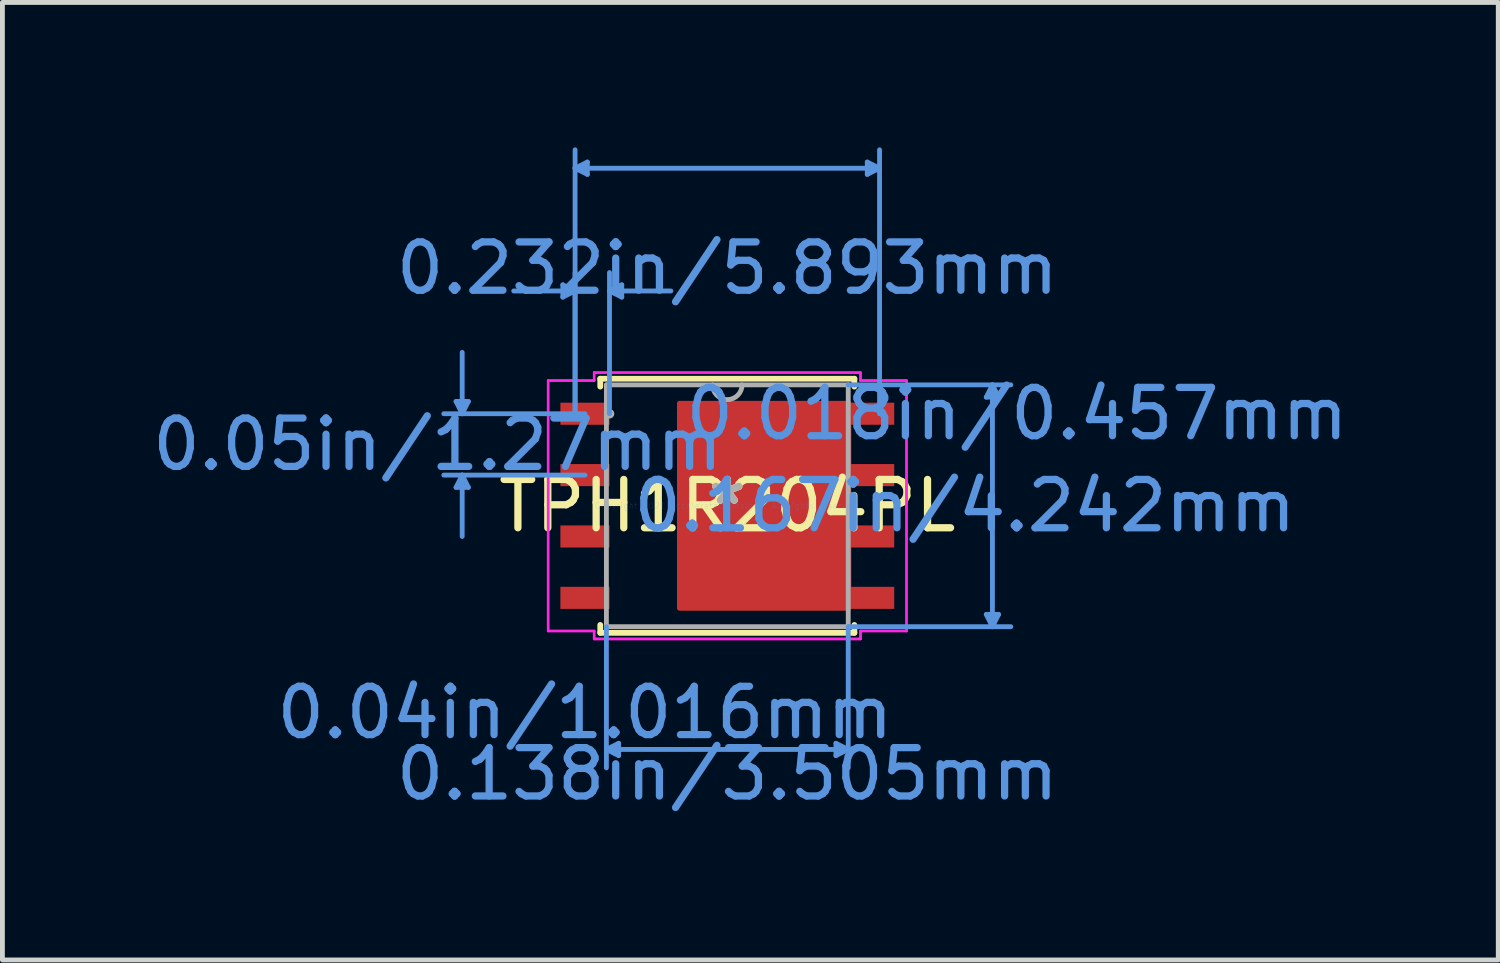
<source format=kicad_pcb>
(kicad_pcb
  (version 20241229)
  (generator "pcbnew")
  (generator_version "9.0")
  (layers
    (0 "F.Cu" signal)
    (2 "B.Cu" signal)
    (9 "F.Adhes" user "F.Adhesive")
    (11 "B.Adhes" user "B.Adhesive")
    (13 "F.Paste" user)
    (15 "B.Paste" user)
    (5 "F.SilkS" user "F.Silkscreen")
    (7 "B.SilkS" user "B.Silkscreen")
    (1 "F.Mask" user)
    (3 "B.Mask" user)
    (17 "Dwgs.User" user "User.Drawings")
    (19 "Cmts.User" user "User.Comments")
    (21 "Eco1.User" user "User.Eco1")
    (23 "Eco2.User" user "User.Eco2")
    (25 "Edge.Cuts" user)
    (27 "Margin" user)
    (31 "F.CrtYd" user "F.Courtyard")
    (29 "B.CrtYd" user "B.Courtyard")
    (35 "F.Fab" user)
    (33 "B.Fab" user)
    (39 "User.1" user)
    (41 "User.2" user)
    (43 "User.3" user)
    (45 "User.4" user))
  (footprint "TPH1R204PL"
    (layer "F.Cu")
    (at 12 7.416)
    (property "Reference" "TPH1R204PL" (at 0 0 0) (layer "F.SilkS") (effects (font (size 1 1) (thickness 0.15))))
    (attr through_hole)
    (fp_poly (pts (xy 2.515 -2.121) (xy 2.515 2.121) (xy -0.991 2.121) (xy -0.991 -2.121)) (stroke (width 0.1) (type solid)) (fill yes) (layer "F.Cu"))
    (fp_line (start -2.629 -2.629) (end -2.629 -2.466) (stroke (width 0.12) (type solid)) (layer "F.SilkS"))
    (fp_line (start -2.629 2.466) (end -2.629 2.629) (stroke (width 0.12) (type solid)) (layer "F.SilkS"))
    (fp_line (start -2.629 2.629) (end 2.629 2.629) (stroke (width 0.12) (type solid)) (layer "F.SilkS"))
    (fp_line (start 2.629 -2.629) (end -2.629 -2.629) (stroke (width 0.12) (type solid)) (layer "F.SilkS"))
    (fp_line (start 2.629 -2.466) (end 2.629 -2.629) (stroke (width 0.12) (type solid)) (layer "F.SilkS"))
    (fp_line (start 2.629 2.629) (end 2.629 2.466) (stroke (width 0.12) (type solid)) (layer "F.SilkS"))
    (fp_poly (pts (xy -0.941 -1.856) (xy -0.941 -0.752) (xy 0.662 -0.752) (xy 0.662 -1.856)) (stroke (width 0.1) (type solid)) (fill yes) (layer "F.Paste"))
    (fp_poly (pts (xy -0.941 -0.552) (xy -0.941 0.552) (xy 0.662 0.552) (xy 0.662 -0.552)) (stroke (width 0.1) (type solid)) (fill yes) (layer "F.Paste"))
    (fp_poly (pts (xy -0.941 0.752) (xy -0.941 1.856) (xy 0.662 1.856) (xy 0.662 0.752)) (stroke (width 0.1) (type solid)) (fill yes) (layer "F.Paste"))
    (fp_poly (pts (xy 0.862 -1.856) (xy 0.862 -0.752) (xy 2.465 -0.752) (xy 2.465 -1.856)) (stroke (width 0.1) (type solid)) (fill yes) (layer "F.Paste"))
    (fp_poly (pts (xy 0.862 -0.552) (xy 0.862 0.552) (xy 2.465 0.552) (xy 2.465 -0.552)) (stroke (width 0.1) (type solid)) (fill yes) (layer "F.Paste"))
    (fp_poly (pts (xy 0.862 0.752) (xy 0.862 1.856) (xy 2.465 1.856) (xy 2.465 0.752)) (stroke (width 0.1) (type solid)) (fill yes) (layer "F.Paste"))
    (fp_line (start -5.613 -2.159) (end -5.359 -2.159) (stroke (width 0.1) (type solid)) (layer "Cmts.User"))
    (fp_line (start -5.613 -0.381) (end -5.359 -0.381) (stroke (width 0.1) (type solid)) (layer "Cmts.User"))
    (fp_line (start -5.486 -1.905) (end -5.613 -2.159) (stroke (width 0.1) (type solid)) (layer "Cmts.User"))
    (fp_line (start -5.486 -1.905) (end -5.486 -3.175) (stroke (width 0.1) (type solid)) (layer "Cmts.User"))
    (fp_line (start -5.486 -1.905) (end -5.359 -2.159) (stroke (width 0.1) (type solid)) (layer "Cmts.User"))
    (fp_line (start -5.486 -0.635) (end -5.613 -0.381) (stroke (width 0.1) (type solid)) (layer "Cmts.User"))
    (fp_line (start -5.486 -0.635) (end -5.486 0.635) (stroke (width 0.1) (type solid)) (layer "Cmts.User"))
    (fp_line (start -5.486 -0.635) (end -5.359 -0.381) (stroke (width 0.1) (type solid)) (layer "Cmts.User"))
    (fp_line (start -3.404 -4.572) (end -3.404 -4.318) (stroke (width 0.1) (type solid)) (layer "Cmts.User"))
    (fp_line (start -3.15 -6.985) (end -2.896 -7.112) (stroke (width 0.1) (type solid)) (layer "Cmts.User"))
    (fp_line (start -3.15 -6.985) (end -2.896 -6.858) (stroke (width 0.1) (type solid)) (layer "Cmts.User"))
    (fp_line (start -3.15 -6.985) (end 3.15 -6.985) (stroke (width 0.1) (type solid)) (layer "Cmts.User"))
    (fp_line (start -3.15 -4.445) (end -4.42 -4.445) (stroke (width 0.1) (type solid)) (layer "Cmts.User"))
    (fp_line (start -3.15 -4.445) (end -3.404 -4.572) (stroke (width 0.1) (type solid)) (layer "Cmts.User"))
    (fp_line (start -3.15 -4.445) (end -3.404 -4.318) (stroke (width 0.1) (type solid)) (layer "Cmts.User"))
    (fp_line (start -3.15 -1.905) (end -3.15 -7.366) (stroke (width 0.1) (type solid)) (layer "Cmts.User"))
    (fp_line (start -3.15 -1.905) (end -3.15 -4.826) (stroke (width 0.1) (type solid)) (layer "Cmts.User"))
    (fp_line (start -2.946 -1.905) (end -5.867 -1.905) (stroke (width 0.1) (type solid)) (layer "Cmts.User"))
    (fp_line (start -2.946 -0.635) (end -5.867 -0.635) (stroke (width 0.1) (type solid)) (layer "Cmts.User"))
    (fp_line (start -2.896 -7.112) (end -2.896 -6.858) (stroke (width 0.1) (type solid)) (layer "Cmts.User"))
    (fp_line (start -2.502 2.502) (end -2.502 5.423) (stroke (width 0.1) (type solid)) (layer "Cmts.User"))
    (fp_line (start -2.502 5.042) (end -2.248 4.915) (stroke (width 0.1) (type solid)) (layer "Cmts.User"))
    (fp_line (start -2.502 5.042) (end -2.248 5.169) (stroke (width 0.1) (type solid)) (layer "Cmts.User"))
    (fp_line (start -2.502 5.042) (end 2.502 5.042) (stroke (width 0.1) (type solid)) (layer "Cmts.User"))
    (fp_line (start -2.438 -4.445) (end -2.184 -4.572) (stroke (width 0.1) (type solid)) (layer "Cmts.User"))
    (fp_line (start -2.438 -4.445) (end -2.184 -4.318) (stroke (width 0.1) (type solid)) (layer "Cmts.User"))
    (fp_line (start -2.438 -4.445) (end -1.168 -4.445) (stroke (width 0.1) (type solid)) (layer "Cmts.User"))
    (fp_line (start -2.438 -1.905) (end -2.438 -4.826) (stroke (width 0.1) (type solid)) (layer "Cmts.User"))
    (fp_line (start -2.248 4.915) (end -2.248 5.169) (stroke (width 0.1) (type solid)) (layer "Cmts.User"))
    (fp_line (start -2.184 -4.572) (end -2.184 -4.318) (stroke (width 0.1) (type solid)) (layer "Cmts.User"))
    (fp_line (start 2.248 4.915) (end 2.248 5.169) (stroke (width 0.1) (type solid)) (layer "Cmts.User"))
    (fp_line (start 2.502 -2.502) (end 5.867 -2.502) (stroke (width 0.1) (type solid)) (layer "Cmts.User"))
    (fp_line (start 2.502 2.502) (end 2.502 5.423) (stroke (width 0.1) (type solid)) (layer "Cmts.User"))
    (fp_line (start 2.502 2.502) (end 5.867 2.502) (stroke (width 0.1) (type solid)) (layer "Cmts.User"))
    (fp_line (start 2.502 5.042) (end 2.248 4.915) (stroke (width 0.1) (type solid)) (layer "Cmts.User"))
    (fp_line (start 2.502 5.042) (end 2.248 5.169) (stroke (width 0.1) (type solid)) (layer "Cmts.User"))
    (fp_line (start 2.896 -7.112) (end 2.896 -6.858) (stroke (width 0.1) (type solid)) (layer "Cmts.User"))
    (fp_line (start 3.15 -6.985) (end 2.896 -7.112) (stroke (width 0.1) (type solid)) (layer "Cmts.User"))
    (fp_line (start 3.15 -6.985) (end 2.896 -6.858) (stroke (width 0.1) (type solid)) (layer "Cmts.User"))
    (fp_line (start 3.15 -1.905) (end 3.15 -7.366) (stroke (width 0.1) (type solid)) (layer "Cmts.User"))
    (fp_line (start 5.359 -2.248) (end 5.613 -2.248) (stroke (width 0.1) (type solid)) (layer "Cmts.User"))
    (fp_line (start 5.359 2.248) (end 5.613 2.248) (stroke (width 0.1) (type solid)) (layer "Cmts.User"))
    (fp_line (start 5.486 -2.502) (end 5.359 -2.248) (stroke (width 0.1) (type solid)) (layer "Cmts.User"))
    (fp_line (start 5.486 -2.502) (end 5.486 2.502) (stroke (width 0.1) (type solid)) (layer "Cmts.User"))
    (fp_line (start 5.486 -2.502) (end 5.613 -2.248) (stroke (width 0.1) (type solid)) (layer "Cmts.User"))
    (fp_line (start 5.486 2.502) (end 5.359 2.248) (stroke (width 0.1) (type solid)) (layer "Cmts.User"))
    (fp_line (start 5.486 2.502) (end 5.613 2.248) (stroke (width 0.1) (type solid)) (layer "Cmts.User"))
    (fp_line (start -3.708 -2.591) (end -2.756 -2.591) (stroke (width 0.05) (type solid)) (layer "F.CrtYd"))
    (fp_line (start -3.708 -2.591) (end -2.756 -2.591) (stroke (width 0.05) (type solid)) (layer "F.CrtYd"))
    (fp_line (start -3.708 2.591) (end -3.708 -2.591) (stroke (width 0.05) (type solid)) (layer "F.CrtYd"))
    (fp_line (start -3.708 2.591) (end -3.708 -2.591) (stroke (width 0.05) (type solid)) (layer "F.CrtYd"))
    (fp_line (start -3.708 2.591) (end -2.756 2.591) (stroke (width 0.05) (type solid)) (layer "F.CrtYd"))
    (fp_line (start -2.756 -2.756) (end 2.756 -2.756) (stroke (width 0.05) (type solid)) (layer "F.CrtYd"))
    (fp_line (start -2.756 -2.756) (end 2.756 -2.756) (stroke (width 0.05) (type solid)) (layer "F.CrtYd"))
    (fp_line (start -2.756 -2.591) (end -2.756 -2.756) (stroke (width 0.05) (type solid)) (layer "F.CrtYd"))
    (fp_line (start -2.756 -2.591) (end -2.756 -2.756) (stroke (width 0.05) (type solid)) (layer "F.CrtYd"))
    (fp_line (start -2.756 2.591) (end -3.708 2.591) (stroke (width 0.05) (type solid)) (layer "F.CrtYd"))
    (fp_line (start -2.756 2.756) (end -2.756 2.591) (stroke (width 0.05) (type solid)) (layer "F.CrtYd"))
    (fp_line (start -2.756 2.756) (end -2.756 2.591) (stroke (width 0.05) (type solid)) (layer "F.CrtYd"))
    (fp_line (start 2.756 -2.756) (end 2.756 -2.591) (stroke (width 0.05) (type solid)) (layer "F.CrtYd"))
    (fp_line (start 2.756 -2.756) (end 2.756 -2.591) (stroke (width 0.05) (type solid)) (layer "F.CrtYd"))
    (fp_line (start 2.756 -2.591) (end 3.708 -2.591) (stroke (width 0.05) (type solid)) (layer "F.CrtYd"))
    (fp_line (start 2.756 2.591) (end 2.756 2.756) (stroke (width 0.05) (type solid)) (layer "F.CrtYd"))
    (fp_line (start 2.756 2.591) (end 2.756 2.756) (stroke (width 0.05) (type solid)) (layer "F.CrtYd"))
    (fp_line (start 2.756 2.756) (end -2.756 2.756) (stroke (width 0.05) (type solid)) (layer "F.CrtYd"))
    (fp_line (start 2.756 2.756) (end -2.756 2.756) (stroke (width 0.05) (type solid)) (layer "F.CrtYd"))
    (fp_line (start 3.708 -2.591) (end 2.756 -2.591) (stroke (width 0.05) (type solid)) (layer "F.CrtYd"))
    (fp_line (start 3.708 -2.591) (end 3.708 2.591) (stroke (width 0.05) (type solid)) (layer "F.CrtYd"))
    (fp_line (start 3.708 -2.591) (end 3.708 2.591) (stroke (width 0.05) (type solid)) (layer "F.CrtYd"))
    (fp_line (start 3.708 2.591) (end 2.756 2.591) (stroke (width 0.05) (type solid)) (layer "F.CrtYd"))
    (fp_line (start 3.708 2.591) (end 2.756 2.591) (stroke (width 0.05) (type solid)) (layer "F.CrtYd"))
    (fp_line (start -2.502 -2.502) (end -2.502 2.502) (stroke (width 0.1) (type solid)) (layer "F.Fab"))
    (fp_line (start -2.502 2.502) (end 2.502 2.502) (stroke (width 0.1) (type solid)) (layer "F.Fab"))
    (fp_line (start 2.502 -2.502) (end -2.502 -2.502) (stroke (width 0.1) (type solid)) (layer "F.Fab"))
    (fp_line (start 2.502 2.502) (end 2.502 -2.502) (stroke (width 0.1) (type solid)) (layer "F.Fab"))
    (fp_arc (start 0.3048 -2.5019) (mid 0 -2.1971) (end -0.3048 -2.5019) (stroke (width 0.1) (type solid)) (layer "F.Fab"))
    (fp_circle (center -2.438 -1.905) (end -2.438 -1.905) (stroke (width 0.1) (type solid)) (fill no) (layer "F.Fab"))
    (fp_text user "*" (at 0 0 0) (layer "F.SilkS") (effects (font (size 1 1) (thickness 0.15))))
    (fp_text user "0.232in/5.893mm" (at 0 -4.915 0) (layer "Cmts.User") (effects (font (size 1 1) (thickness 0.15))))
    (fp_text user "0.018in/0.457mm" (at 5.994 -1.905 0) (layer "Cmts.User") (effects (font (size 1 1) (thickness 0.15))))
    (fp_text user "0.167in/4.242mm" (at 4.915 0 0) (layer "Cmts.User") (effects (font (size 1 1) (thickness 0.15))))
    (fp_text user "0.04in/1.016mm" (at -2.946 4.28 0) (layer "Cmts.User") (effects (font (size 1 1) (thickness 0.15))))
    (fp_text user "0.138in/3.505mm" (at 0 5.55 0) (layer "Cmts.User") (effects (font (size 1 1) (thickness 0.15))))
    (fp_text user "0.05in/1.27mm" (at -5.994 -1.27 0) (layer "Cmts.User") (effects (font (size 1 1) (thickness 0.15))))
    (fp_text user "Copyright 2021 Accelerated Designs. All rights reserved." (at 0 0 0) (layer "Cmts.User") (effects (font (size 0.127 0.127) (thickness 0.002))))
    (fp_text user "*" (at 0 0 0) (layer "F.Fab") (effects (font (size 1 1) (thickness 0.15))))
    (pad "1" smd rect (at -2.946 -1.905) (size 1.016 0.457) (layers "F.Cu" "F.Mask" "F.Paste"))
    (pad "2" smd rect (at -2.946 -0.635) (size 1.016 0.457) (layers "F.Cu" "F.Mask" "F.Paste"))
    (pad "3" smd rect (at -2.946 0.635) (size 1.016 0.457) (layers "F.Cu" "F.Mask" "F.Paste"))
    (pad "4" smd rect (at -2.946 1.905) (size 1.016 0.457) (layers "F.Cu" "F.Mask" "F.Paste"))
    (pad "5" smd rect (at 2.946 1.905) (size 1.016 0.457) (layers "F.Cu" "F.Mask" "F.Paste"))
    (pad "6" smd rect (at 2.946 0.635) (size 1.016 0.457) (layers "F.Cu" "F.Mask" "F.Paste"))
    (pad "7" smd rect (at 2.946 -0.635) (size 1.016 0.457) (layers "F.Cu" "F.Mask" "F.Paste"))
    (pad "8" smd rect (at 2.946 -1.905) (size 1.016 0.457) (layers "F.Cu" "F.Mask" "F.Paste")))
  (gr_rect
    (start -3 -3)
    (end 27.953 16.814)
    (stroke (width 0.1) (type default))
    (fill no)
    (layer "Edge.Cuts")))
</source>
